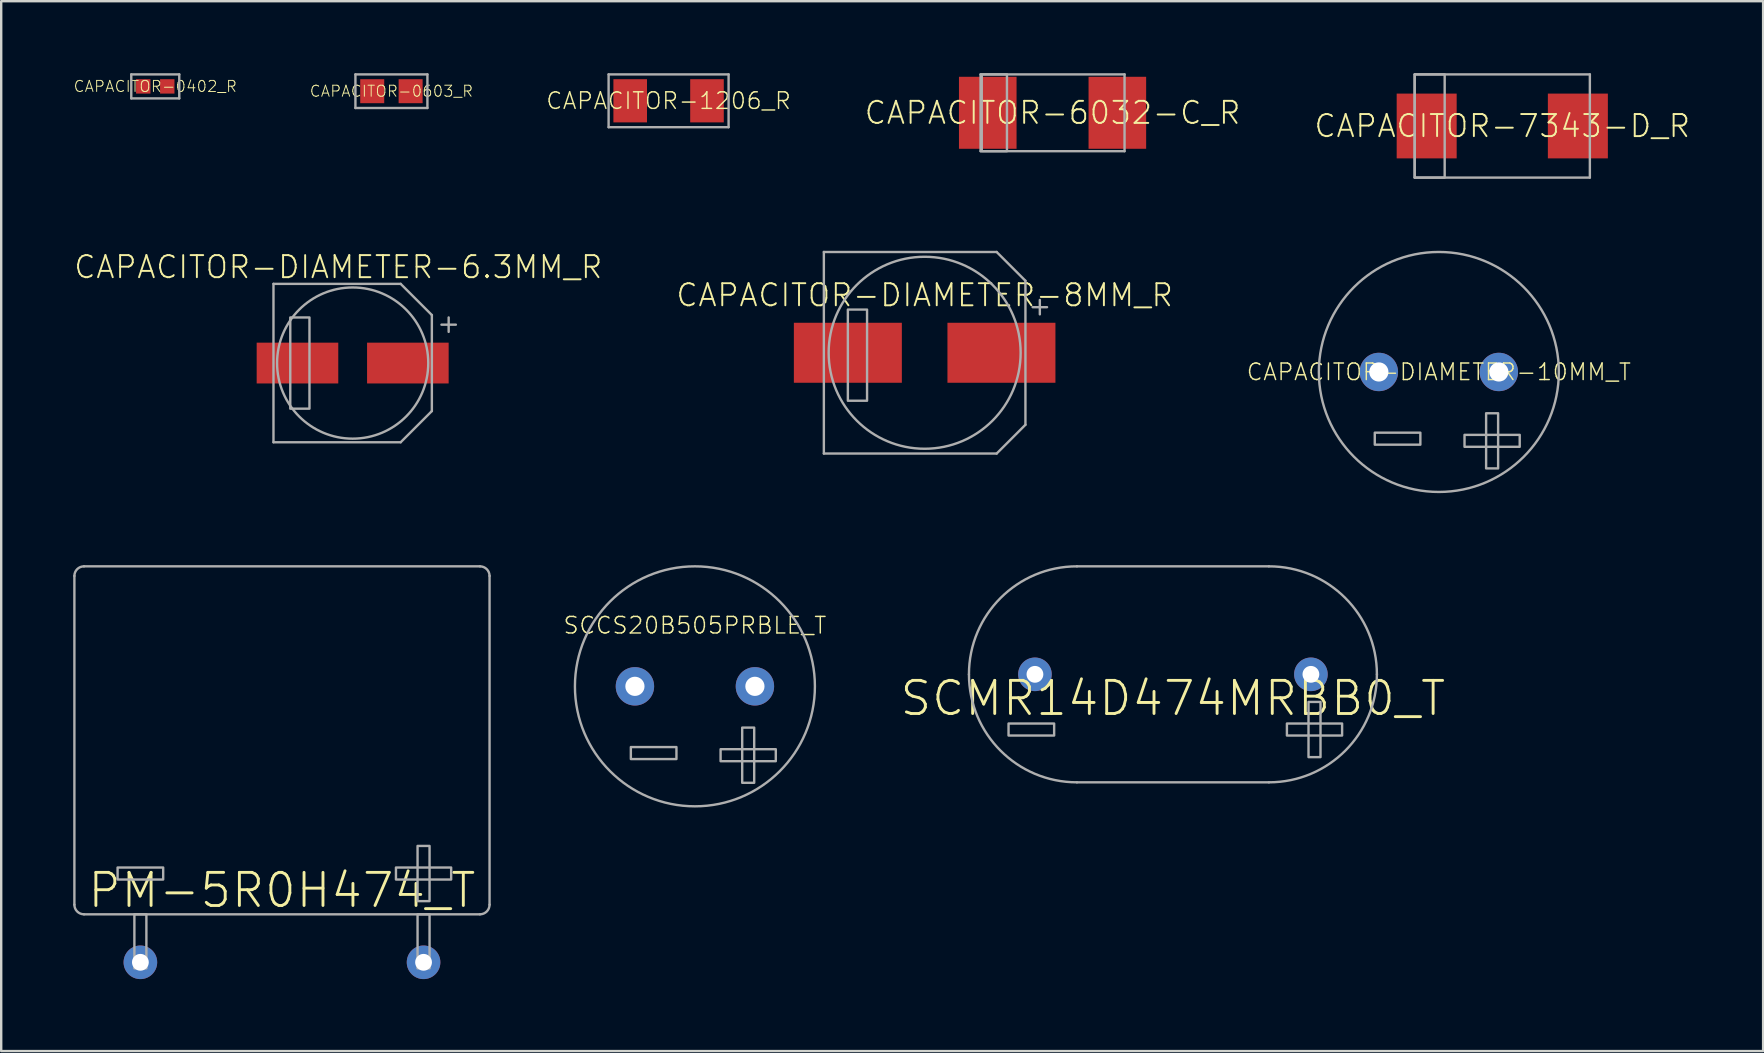
<source format=kicad_pcb>
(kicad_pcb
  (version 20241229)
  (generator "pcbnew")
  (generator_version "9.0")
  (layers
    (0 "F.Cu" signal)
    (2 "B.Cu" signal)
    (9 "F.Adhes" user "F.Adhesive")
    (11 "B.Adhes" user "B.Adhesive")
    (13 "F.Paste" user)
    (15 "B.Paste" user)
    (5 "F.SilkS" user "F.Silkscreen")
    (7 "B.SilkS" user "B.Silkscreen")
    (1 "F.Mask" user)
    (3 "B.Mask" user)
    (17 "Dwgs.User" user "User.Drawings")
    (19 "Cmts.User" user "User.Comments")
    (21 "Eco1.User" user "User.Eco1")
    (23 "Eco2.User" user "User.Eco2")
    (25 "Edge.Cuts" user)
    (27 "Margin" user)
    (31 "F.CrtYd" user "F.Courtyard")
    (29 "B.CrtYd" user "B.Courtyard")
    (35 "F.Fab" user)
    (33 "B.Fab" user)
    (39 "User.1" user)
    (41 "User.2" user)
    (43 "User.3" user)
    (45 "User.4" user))
  (footprint "CAPACITOR-DIAMETER-10MM_T"
    (layer "F.Cu")
    (at 56.908 12.45)
    (property "Reference" "CAPACITOR-DIAMETER-10MM_T" (at 0 0 0) (unlocked yes) (layer "F.SilkS") (effects (font (size 0.69 0.69) (thickness 0.06))))
    (fp_circle (center 0 0) (end 5 0) (stroke (width 0.1) (type solid)) (fill no) (layer "F.Fab"))
    (fp_poly (pts (xy -2.67 2.53) (xy -2.67 3.03) (xy -0.77 3.03) (xy -0.77 2.53)) (stroke (width 0.1) (type default)) (fill no) (layer "F.Fab"))
    (fp_poly (pts (xy 1.07 2.62) (xy 1.07 3.12) (xy 3.37 3.12) (xy 3.37 2.62)) (stroke (width 0.1) (type default)) (fill no) (layer "F.Fab"))
    (fp_poly (pts (xy 2.47 1.72) (xy 1.97 1.72) (xy 1.97 4.02) (xy 2.47 4.02)) (stroke (width 0.1) (type default)) (fill no) (layer "F.Fab"))
    (pad "A" thru_hole circle (at 2.5 0) (size 1.6 1.6) (drill 0.8) (layers "*.Cu" "*.Mask"))
    (pad "C" thru_hole circle (at -2.5 0) (size 1.6 1.6) (drill 0.8) (layers "*.Cu" "*.Mask")))
  (footprint "PM-5R0H474_T"
    (layer "F.Cu")
    (at 8.7 37.05)
    (property "Reference" "PM-5R0H474_T" (at 0 -3 0) (unlocked yes) (layer "F.SilkS") (effects (font (size 1.38 1.38) (thickness 0.12))))
    (fp_line (start -8.65 -2.4) (end -8.65 -16.1) (stroke (width 0.1) (type solid)) (layer "F.Fab"))
    (fp_line (start -8.25 -16.5) (end 8.25 -16.5) (stroke (width 0.1) (type solid)) (layer "F.Fab"))
    (fp_line (start -8.25 -2) (end 8.25 -2) (stroke (width 0.1) (type solid)) (layer "F.Fab"))
    (fp_line (start 8.65 -2.4) (end 8.65 -16.1) (stroke (width 0.1) (type solid)) (layer "F.Fab"))
    (fp_arc (start -8.65 -16.1) (mid -8.532843 -16.382843) (end -8.25 -16.5) (stroke (width 0.1) (type solid)) (layer "F.Fab"))
    (fp_arc (start -8.25 -2) (mid -8.532843 -2.117157) (end -8.65 -2.4) (stroke (width 0.1) (type solid)) (layer "F.Fab"))
    (fp_arc (start 8.25 -16.5) (mid 8.532843 -16.382843) (end 8.65 -16.1) (stroke (width 0.1) (type solid)) (layer "F.Fab"))
    (fp_arc (start 8.65 -2.4) (mid 8.532843 -2.117157) (end 8.25 -2) (stroke (width 0.1) (type solid)) (layer "F.Fab"))
    (fp_poly (pts (xy -6.15 0.25) (xy -5.65 0.25) (xy -5.65 -2) (xy -6.15 -2)) (stroke (width 0.1) (type default)) (fill no) (layer "F.Fab"))
    (fp_poly (pts (xy -4.95 -3.45) (xy -4.95 -3.95) (xy -6.85 -3.95) (xy -6.85 -3.45)) (stroke (width 0.1) (type default)) (fill no) (layer "F.Fab"))
    (fp_poly (pts (xy 5.65 0.25) (xy 6.15 0.25) (xy 6.15 -2) (xy 5.65 -2)) (stroke (width 0.1) (type default)) (fill no) (layer "F.Fab"))
    (fp_poly (pts (xy 6.15 -4.85) (xy 5.65 -4.85) (xy 5.65 -2.55) (xy 6.15 -2.55)) (stroke (width 0.1) (type default)) (fill no) (layer "F.Fab"))
    (fp_poly (pts (xy 7.05 -3.45) (xy 7.05 -3.95) (xy 4.75 -3.95) (xy 4.75 -3.45)) (stroke (width 0.1) (type default)) (fill no) (layer "F.Fab"))
    (pad "A" thru_hole circle (at 5.9 0) (size 1.4 1.4) (drill 0.7) (layers "*.Cu" "*.Mask"))
    (pad "C" thru_hole circle (at -5.9 0) (size 1.4 1.4) (drill 0.7) (layers "*.Cu" "*.Mask")))
  (footprint "CAPACITOR-6032-C_R"
    (layer "F.Cu")
    (at 40.811 1.65)
    (property "Reference" "CAPACITOR-6032-C_R" (at 0 0 0) (unlocked yes) (layer "F.SilkS") (effects (font (size 0.92 0.92) (thickness 0.08))))
    (fp_poly (pts (xy -1.5 1.5) (xy -3.9 1.5) (xy -3.9 -1.5) (xy -1.5 -1.5)) (stroke (width 0) (type default)) (fill yes) (layer "F.Paste"))
    (fp_poly (pts (xy 3.9 1.5) (xy 1.5 1.5) (xy 1.5 -1.5) (xy 3.9 -1.5)) (stroke (width 0) (type default)) (fill yes) (layer "F.Paste"))
    (fp_line (start -3 -1.6) (end -3 1.6) (stroke (width 0.1) (type solid)) (layer "F.Fab"))
    (fp_line (start -3 1.6) (end 3 1.6) (stroke (width 0.1) (type solid)) (layer "F.Fab"))
    (fp_line (start 3 -1.6) (end -3 -1.6) (stroke (width 0.1) (type solid)) (layer "F.Fab"))
    (fp_line (start 3 1.6) (end 3 -1.6) (stroke (width 0.1) (type solid)) (layer "F.Fab"))
    (fp_poly (pts (xy -2.95 1.6) (xy -1.9 1.6) (xy -1.9 -1.6) (xy -2.95 -1.6)) (stroke (width 0.1) (type default)) (fill no) (layer "F.Fab"))
    (pad "A" smd rect (at -2.7 0) (size 2.4 3) (layers "F.Cu" "F.Mask"))
    (pad "C" smd rect (at 2.7 0) (size 2.4 3) (layers "F.Cu" "F.Mask")))
  (footprint "CAPACITOR-1206_R"
    (layer "F.Cu")
    (at 24.811 1.15)
    (property "Reference" "CAPACITOR-1206_R" (at 0 0 0) (unlocked yes) (layer "F.SilkS") (effects (font (size 0.69 0.69) (thickness 0.06))))
    (fp_poly (pts (xy -0.9 0.9) (xy -2.3 0.9) (xy -2.3 -0.9) (xy -0.9 -0.9)) (stroke (width 0) (type default)) (fill yes) (layer "F.Paste"))
    (fp_poly (pts (xy 2.3 0.9) (xy 0.9 0.9) (xy 0.9 -0.9) (xy 2.3 -0.9)) (stroke (width 0) (type default)) (fill yes) (layer "F.Paste"))
    (fp_line (start -2.5 -1.1) (end 2.5 -1.1) (stroke (width 0.1) (type solid)) (layer "F.Fab"))
    (fp_line (start -2.5 1.1) (end -2.5 -1.1) (stroke (width 0.1) (type solid)) (layer "F.Fab"))
    (fp_line (start 2.5 -1.1) (end 2.5 1.1) (stroke (width 0.1) (type solid)) (layer "F.Fab"))
    (fp_line (start 2.5 1.1) (end -2.5 1.1) (stroke (width 0.1) (type solid)) (layer "F.Fab"))
    (pad "1" smd rect (at -1.6 0) (size 1.4 1.8) (layers "F.Cu" "F.Mask"))
    (pad "2" smd rect (at 1.6 0) (size 1.4 1.8) (layers "F.Cu" "F.Mask")))
  (footprint "SCCS20B505PRBLE_T"
    (layer "F.Cu")
    (at 25.908 25.55)
    (property "Reference" "SCCS20B505PRBLE_T" (at 0 -2.54 0) (unlocked yes) (layer "F.SilkS") (effects (font (size 0.69 0.69) (thickness 0.06))))
    (fp_circle (center 0 0) (end 5 0) (stroke (width 0.1) (type solid)) (fill no) (layer "F.Fab"))
    (fp_poly (pts (xy -2.67 2.53) (xy -2.67 3.03) (xy -0.77 3.03) (xy -0.77 2.53)) (stroke (width 0.1) (type default)) (fill no) (layer "F.Fab"))
    (fp_poly (pts (xy 1.07 2.62) (xy 1.07 3.12) (xy 3.37 3.12) (xy 3.37 2.62)) (stroke (width 0.1) (type default)) (fill no) (layer "F.Fab"))
    (fp_poly (pts (xy 2.47 1.72) (xy 1.97 1.72) (xy 1.97 4.02) (xy 2.47 4.02)) (stroke (width 0.1) (type default)) (fill no) (layer "F.Fab"))
    (pad "A" thru_hole circle (at 2.5 0) (size 1.6 1.6) (drill 0.8) (layers "*.Cu" "*.Mask"))
    (pad "C" thru_hole circle (at -2.5 0) (size 1.6 1.6) (drill 0.8) (layers "*.Cu" "*.Mask")))
  (footprint "CAPACITOR-0402_R"
    (layer "F.Cu")
    (at 3.42 0.55)
    (property "Reference" "CAPACITOR-0402_R" (at 0 0 0) (unlocked yes) (layer "F.SilkS") (effects (font (size 0.46 0.46) (thickness 0.04))))
    (fp_poly (pts (xy -0.2 0.3) (xy -0.8 0.3) (xy -0.8 -0.3) (xy -0.2 -0.3)) (stroke (width 0) (type default)) (fill yes) (layer "F.Paste"))
    (fp_poly (pts (xy 0.8 0.3) (xy 0.2 0.3) (xy 0.2 -0.3) (xy 0.8 -0.3)) (stroke (width 0) (type default)) (fill yes) (layer "F.Paste"))
    (fp_line (start -1 -0.5) (end 1 -0.5) (stroke (width 0.1) (type solid)) (layer "F.Fab"))
    (fp_line (start -1 0.5) (end -1 -0.5) (stroke (width 0.1) (type solid)) (layer "F.Fab"))
    (fp_line (start 1 -0.5) (end 1 0.5) (stroke (width 0.1) (type solid)) (layer "F.Fab"))
    (fp_line (start 1 0.5) (end -1 0.5) (stroke (width 0.1) (type solid)) (layer "F.Fab"))
    (pad "1" smd rect (at -0.5 0) (size 0.6 0.6) (layers "F.Cu" "F.Mask"))
    (pad "2" smd rect (at 0.5 0) (size 0.6 0.6) (layers "F.Cu" "F.Mask")))
  (footprint "CAPACITOR-7343-D_R"
    (layer "F.Cu")
    (at 59.551 2.2)
    (property "Reference" "CAPACITOR-7343-D_R" (at 0 0 0) (unlocked yes) (layer "F.SilkS") (effects (font (size 0.92 0.92) (thickness 0.08))))
    (fp_poly (pts (xy -1.9 1.35) (xy -4.4 1.35) (xy -4.4 -1.35) (xy -1.9 -1.35)) (stroke (width 0) (type default)) (fill yes) (layer "F.Paste"))
    (fp_poly (pts (xy 4.4 1.35) (xy 1.9 1.35) (xy 1.9 -1.35) (xy 4.4 -1.35)) (stroke (width 0) (type default)) (fill yes) (layer "F.Paste"))
    (fp_line (start -3.65 -2.15) (end -3.65 2.15) (stroke (width 0.1) (type solid)) (layer "F.Fab"))
    (fp_line (start -3.65 2.15) (end 3.65 2.15) (stroke (width 0.1) (type solid)) (layer "F.Fab"))
    (fp_line (start 3.65 -2.15) (end -3.65 -2.15) (stroke (width 0.1) (type solid)) (layer "F.Fab"))
    (fp_line (start 3.65 2.15) (end 3.65 -2.15) (stroke (width 0.1) (type solid)) (layer "F.Fab"))
    (fp_poly (pts (xy -3.65 2.15) (xy -2.4 2.15) (xy -2.4 -2.15) (xy -3.65 -2.15)) (stroke (width 0.1) (type default)) (fill no) (layer "F.Fab"))
    (pad "A" smd rect (at -3.15 0) (size 2.5 2.7) (layers "F.Cu" "F.Mask"))
    (pad "C" smd rect (at 3.15 0) (size 2.5 2.7) (layers "F.Cu" "F.Mask")))
  (footprint "CAPACITOR-DIAMETER-8MM_R"
    (layer "F.Cu")
    (at 35.481 11.65)
    (property "Reference" "CAPACITOR-DIAMETER-8MM_R" (at 0 -2.4 0) (unlocked yes) (layer "F.SilkS") (effects (font (size 0.92 0.92) (thickness 0.08))))
    (fp_line (start -4.2 -4.2) (end -4.2 4.2) (stroke (width 0.1) (type solid)) (layer "F.Fab"))
    (fp_line (start -4.2 4.2) (end 3 4.2) (stroke (width 0.1) (type solid)) (layer "F.Fab"))
    (fp_line (start 3 -4.2) (end -4.2 -4.2) (stroke (width 0.1) (type solid)) (layer "F.Fab"))
    (fp_line (start 3 4.2) (end 4.2 3) (stroke (width 0.1) (type solid)) (layer "F.Fab"))
    (fp_line (start 4.2 -3) (end 3 -4.2) (stroke (width 0.1) (type solid)) (layer "F.Fab"))
    (fp_line (start 4.2 3) (end 4.2 -3) (stroke (width 0.1) (type solid)) (layer "F.Fab"))
    (fp_line (start 4.5 -1.9) (end 5.1 -1.9) (stroke (width 0.1) (type solid)) (layer "F.Fab"))
    (fp_line (start 4.8 -1.6) (end 4.8 -2.2) (stroke (width 0.1) (type solid)) (layer "F.Fab"))
    (fp_circle (center 0 0) (end 4 0) (stroke (width 0.1) (type solid)) (fill no) (layer "F.Fab"))
    (fp_poly (pts (xy -3.2 2) (xy -2.4 2) (xy -2.4 -1.8) (xy -3.2 -1.8)) (stroke (width 0.1) (type default)) (fill no) (layer "F.Fab"))
    (pad "A" smd rect (at 3.2 0) (size 4.5 2.5) (layers "F.Cu" "F.Mask" "F.Paste"))
    (pad "C" smd rect (at -3.2 0) (size 4.5 2.5) (layers "F.Cu" "F.Mask" "F.Paste")))
  (footprint "SCMR14D474MRBB0_T"
    (layer "F.Cu")
    (at 45.827 25.05)
    (property "Reference" "SCMR14D474MRBB0_T" (at 0 1 0) (unlocked yes) (layer "F.SilkS") (effects (font (size 1.38 1.38) (thickness 0.12))))
    (fp_line (start -4 4.5) (end 4 4.5) (stroke (width 0.1) (type solid)) (layer "F.Fab"))
    (fp_line (start 4 -4.5) (end -4 -4.5) (stroke (width 0.1) (type solid)) (layer "F.Fab"))
    (fp_arc (start -8.5 0) (mid -7.181981 -3.181981) (end -4 -4.5) (stroke (width 0.1) (type solid)) (layer "F.Fab"))
    (fp_arc (start -4 4.5) (mid -7.181981 3.181981) (end -8.5 0) (stroke (width 0.1) (type solid)) (layer "F.Fab"))
    (fp_arc (start 4 -4.5) (mid 7.181981 -3.181981) (end 8.5 0) (stroke (width 0.1) (type solid)) (layer "F.Fab"))
    (fp_arc (start 8.5 0) (mid 7.181981 3.181981) (end 4 4.5) (stroke (width 0.1) (type solid)) (layer "F.Fab"))
    (fp_poly (pts (xy -4.95 2.55) (xy -4.95 2.05) (xy -6.85 2.05) (xy -6.85 2.55)) (stroke (width 0.1) (type default)) (fill no) (layer "F.Fab"))
    (fp_poly (pts (xy 6.15 1.15) (xy 5.65 1.15) (xy 5.65 3.45) (xy 6.15 3.45)) (stroke (width 0.1) (type default)) (fill no) (layer "F.Fab"))
    (fp_poly (pts (xy 7.05 2.55) (xy 7.05 2.05) (xy 4.75 2.05) (xy 4.75 2.55)) (stroke (width 0.1) (type default)) (fill no) (layer "F.Fab"))
    (pad "A" thru_hole circle (at 5.75 0) (size 1.4 1.4) (drill 0.7) (layers "*.Cu" "*.Mask"))
    (pad "C" thru_hole circle (at -5.75 0) (size 1.4 1.4) (drill 0.7) (layers "*.Cu" "*.Mask")))
  (footprint "CAPACITOR-DIAMETER-6.3MM_R"
    (layer "F.Cu")
    (at 11.646 12.079)
    (property "Reference" "CAPACITOR-DIAMETER-6.3MM_R" (at -0.6 -4 0) (unlocked yes) (layer "F.SilkS") (effects (font (size 0.92 0.92) (thickness 0.08))))
    (fp_line (start -3.3 -3.3) (end -3.3 3.3) (stroke (width 0.1) (type solid)) (layer "F.Fab"))
    (fp_line (start -3.3 3.3) (end 2 3.3) (stroke (width 0.1) (type solid)) (layer "F.Fab"))
    (fp_line (start 2 -3.3) (end -3.3 -3.3) (stroke (width 0.1) (type solid)) (layer "F.Fab"))
    (fp_line (start 2 -3.3) (end 3.3 -2) (stroke (width 0.1) (type solid)) (layer "F.Fab"))
    (fp_line (start 3.3 2) (end 2 3.3) (stroke (width 0.1) (type solid)) (layer "F.Fab"))
    (fp_line (start 3.3 2) (end 3.3 -2) (stroke (width 0.1) (type solid)) (layer "F.Fab"))
    (fp_line (start 3.7 -1.6) (end 4.3 -1.6) (stroke (width 0.1) (type solid)) (layer "F.Fab"))
    (fp_line (start 4 -1.3) (end 4 -1.9) (stroke (width 0.1) (type solid)) (layer "F.Fab"))
    (fp_circle (center 0 0) (end 3.15 0) (stroke (width 0.1) (type solid)) (fill no) (layer "F.Fab"))
    (fp_poly (pts (xy -2.6 1.9) (xy -1.8 1.9) (xy -1.8 -1.9) (xy -2.6 -1.9)) (stroke (width 0.1) (type default)) (fill no) (layer "F.Fab"))
    (pad "A" smd rect (at 2.3 0) (size 3.4 1.7) (layers "F.Cu" "F.Mask" "F.Paste"))
    (pad "C" smd rect (at -2.3 0) (size 3.4 1.7) (layers "F.Cu" "F.Mask" "F.Paste")))
  (footprint "CAPACITOR-0603_R"
    (layer "F.Cu")
    (at 13.261 0.75)
    (property "Reference" "CAPACITOR-0603_R" (at 0 0 0) (unlocked yes) (layer "F.SilkS") (effects (font (size 0.46 0.46) (thickness 0.04))))
    (fp_poly (pts (xy -0.3 0.5) (xy -1.3 0.5) (xy -1.3 -0.5) (xy -0.3 -0.5)) (stroke (width 0) (type default)) (fill yes) (layer "F.Paste"))
    (fp_poly (pts (xy 1.3 0.5) (xy 0.3 0.5) (xy 0.3 -0.5) (xy 1.3 -0.5)) (stroke (width 0) (type default)) (fill yes) (layer "F.Paste"))
    (fp_line (start -1.5 -0.7) (end 1.5 -0.7) (stroke (width 0.1) (type solid)) (layer "F.Fab"))
    (fp_line (start -1.5 0.7) (end -1.5 -0.7) (stroke (width 0.1) (type solid)) (layer "F.Fab"))
    (fp_line (start 1.5 -0.7) (end 1.5 0.7) (stroke (width 0.1) (type solid)) (layer "F.Fab"))
    (fp_line (start 1.5 0.7) (end -1.5 0.7) (stroke (width 0.1) (type solid)) (layer "F.Fab"))
    (pad "1" smd rect (at -0.8 0) (size 1 1) (layers "F.Cu" "F.Mask"))
    (pad "2" smd rect (at 0.8 0) (size 1 1) (layers "F.Cu" "F.Mask")))
  (gr_rect
    (start -3 -3)
    (end 70.421 40.75)
    (stroke (width 0.1) (type default))
    (fill no)
    (layer "Edge.Cuts")))
</source>
